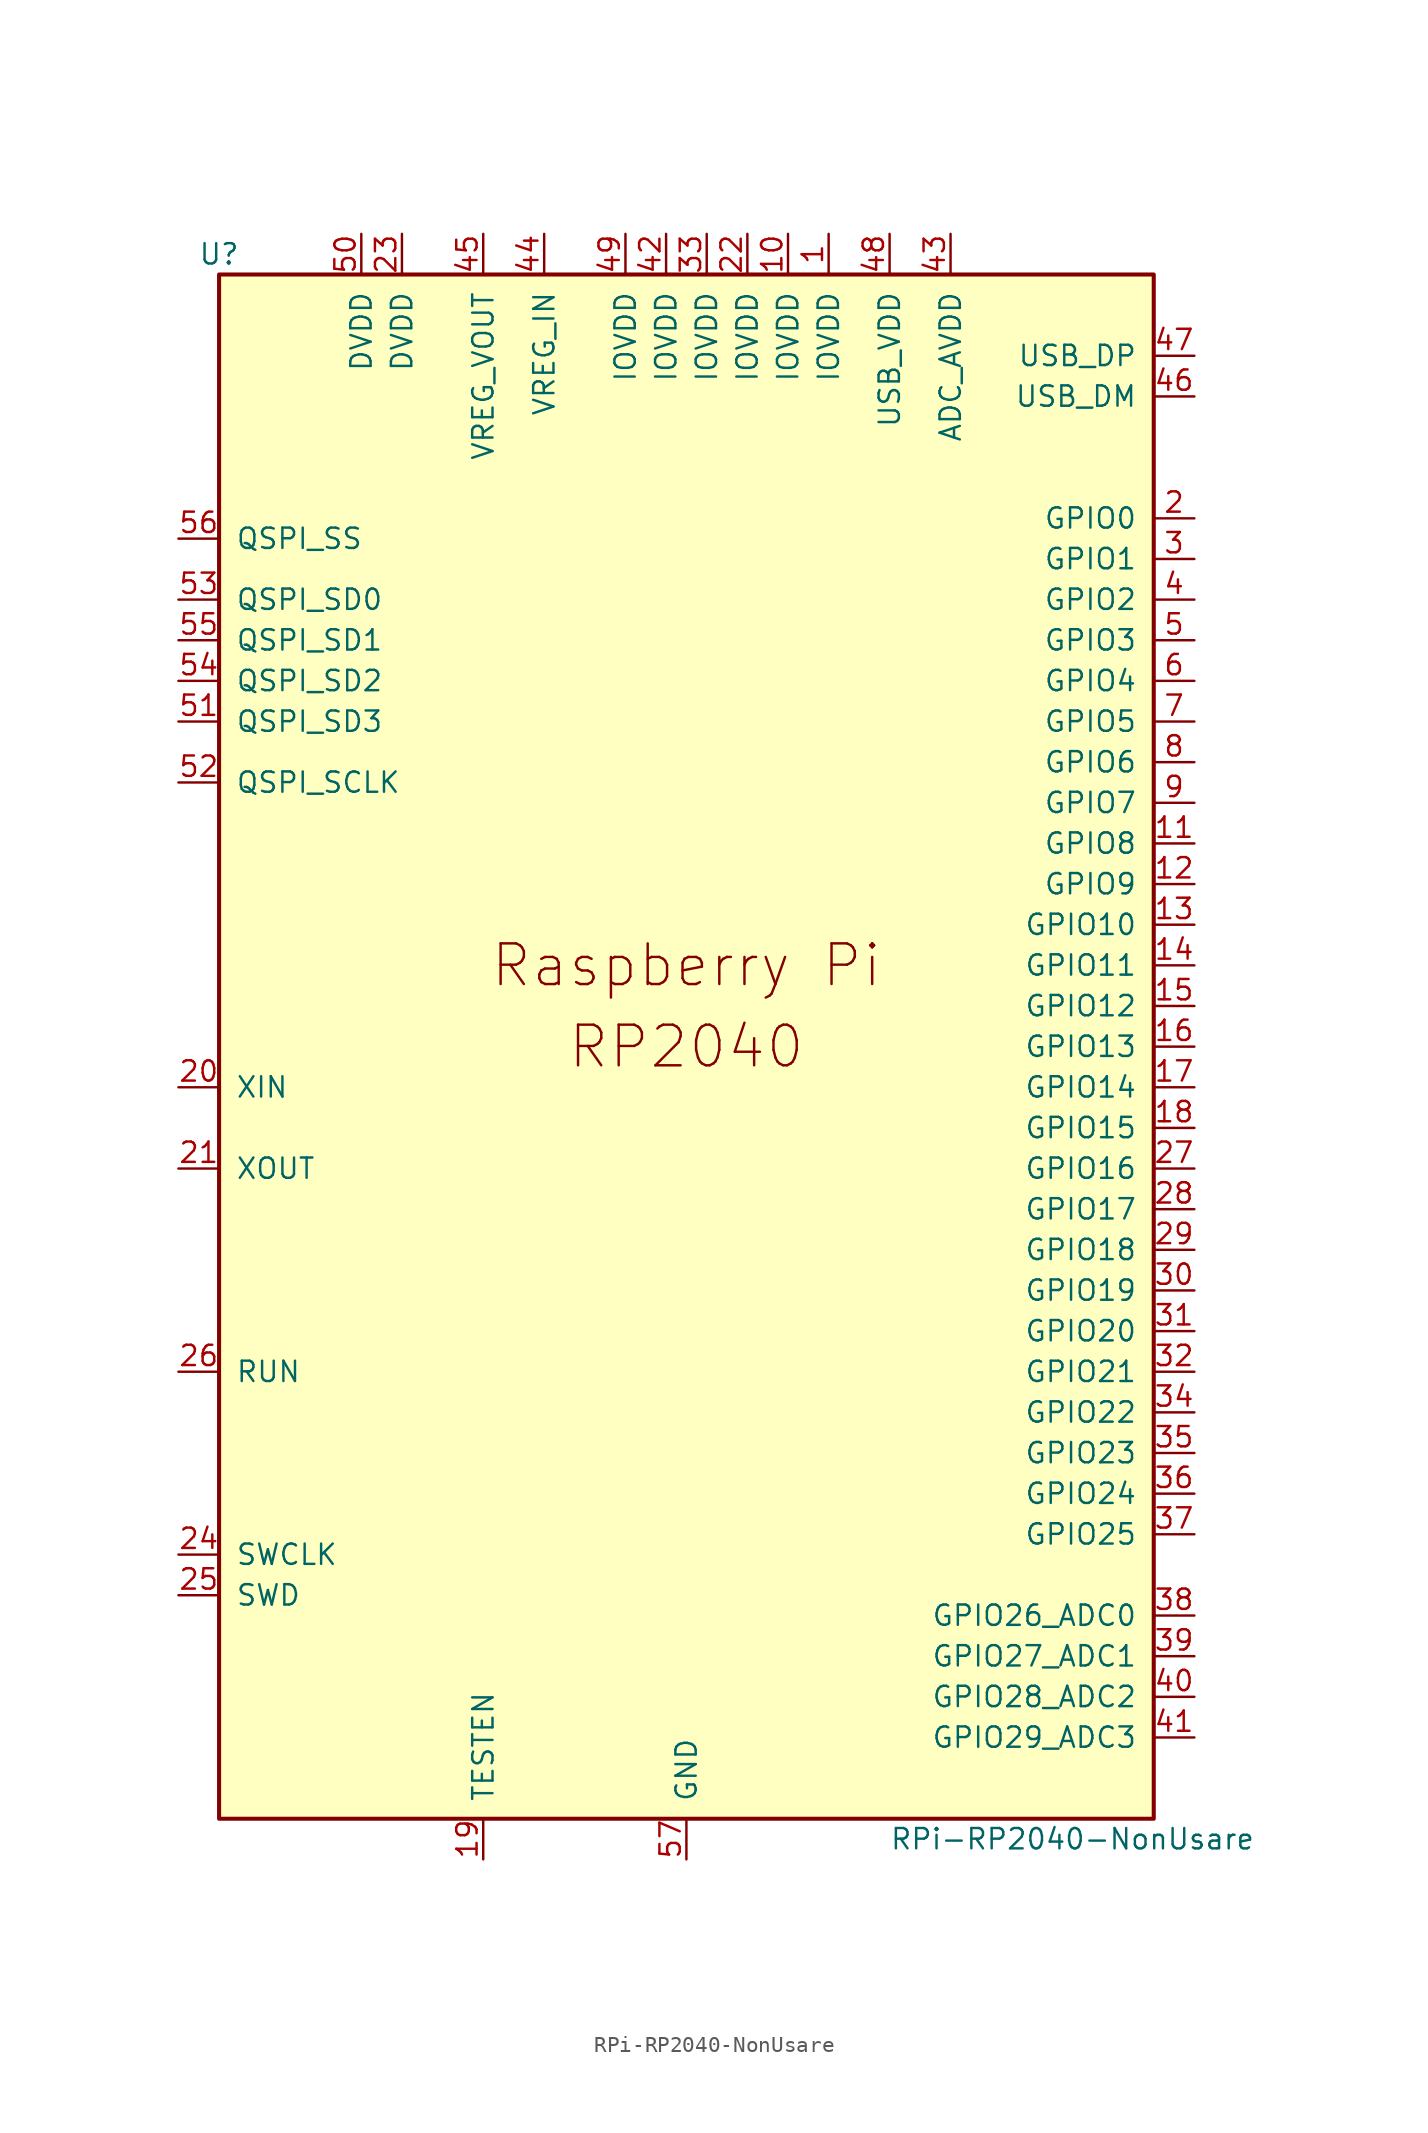
<source format=kicad_sym>
(kicad_symbol_lib
  (version 20231120)
  (generator "kicad_symbol_editor")
  (generator_version "8.0")
  (symbol "RPi-RP2040-NonUsare"
    (pin_names
      (offset 1.016))
    (property "Reference" "U"
      (at -29.21 49.53 0)
      (effects (font (size 1.27 1.27))))
    (property "Value" "RPi-RP2040-NonUsare"
      (at 24.13 -49.53 0)
      (effects (font (size 1.27 1.27))))
    (symbol "RPi-RP2040-NonUsare_0_0"
      (text "Raspberry Pi" (at 0 5.08 0) (effects (font (size 2.54 2.54))))
      (text "RP2040" (at 0 0 0) (effects (font (size 2.54 2.54)))))
    (symbol "RPi-RP2040-NonUsare_0_1"
      (rectangle (start 29.21 48.26) (end -29.21 -48.26) (stroke (width 0.254) (type default)) (fill (type background))))
    (symbol "RPi-RP2040-NonUsare_1_1"
      (pin power_in line (at 8.89 50.8 270) (length 2.54) (name "IOVDD" (effects (font (size 1.27 1.27)))) (number "1" (effects (font (size 1.27 1.27)))))
      (pin power_in line (at 6.35 50.8 270) (length 2.54) (name "IOVDD" (effects (font (size 1.27 1.27)))) (number "10" (effects (font (size 1.27 1.27)))))
      (pin bidirectional line (at 31.75 12.7 180) (length 2.54) (name "GPIO8" (effects (font (size 1.27 1.27)))) (number "11" (effects (font (size 1.27 1.27)))))
      (pin bidirectional line (at 31.75 10.16 180) (length 2.54) (name "GPIO9" (effects (font (size 1.27 1.27)))) (number "12" (effects (font (size 1.27 1.27)))))
      (pin bidirectional line (at 31.75 7.62 180) (length 2.54) (name "GPIO10" (effects (font (size 1.27 1.27)))) (number "13" (effects (font (size 1.27 1.27)))))
      (pin bidirectional line (at 31.75 5.08 180) (length 2.54) (name "GPIO11" (effects (font (size 1.27 1.27)))) (number "14" (effects (font (size 1.27 1.27)))))
      (pin bidirectional line (at 31.75 2.54 180) (length 2.54) (name "GPIO12" (effects (font (size 1.27 1.27)))) (number "15" (effects (font (size 1.27 1.27)))))
      (pin bidirectional line (at 31.75 0 180) (length 2.54) (name "GPIO13" (effects (font (size 1.27 1.27)))) (number "16" (effects (font (size 1.27 1.27)))))
      (pin bidirectional line (at 31.75 -2.54 180) (length 2.54) (name "GPIO14" (effects (font (size 1.27 1.27)))) (number "17" (effects (font (size 1.27 1.27)))))
      (pin bidirectional line (at 31.75 -5.08 180) (length 2.54) (name "GPIO15" (effects (font (size 1.27 1.27)))) (number "18" (effects (font (size 1.27 1.27)))))
      (pin passive line (at -12.7 -50.8 90) (length 2.54) (name "TESTEN" (effects (font (size 1.27 1.27)))) (number "19" (effects (font (size 1.27 1.27)))))
      (pin bidirectional line (at 31.75 33.02 180) (length 2.54) (name "GPIO0" (effects (font (size 1.27 1.27)))) (number "2" (effects (font (size 1.27 1.27)))))
      (pin input line (at -31.75 -2.54 0) (length 2.54) (name "XIN" (effects (font (size 1.27 1.27)))) (number "20" (effects (font (size 1.27 1.27)))))
      (pin passive line (at -31.75 -7.62 0) (length 2.54) (name "XOUT" (effects (font (size 1.27 1.27)))) (number "21" (effects (font (size 1.27 1.27)))))
      (pin power_in line (at 3.81 50.8 270) (length 2.54) (name "IOVDD" (effects (font (size 1.27 1.27)))) (number "22" (effects (font (size 1.27 1.27)))))
      (pin power_in line (at -17.78 50.8 270) (length 2.54) (name "DVDD" (effects (font (size 1.27 1.27)))) (number "23" (effects (font (size 1.27 1.27)))))
      (pin output line (at -31.75 -31.75 0) (length 2.54) (name "SWCLK" (effects (font (size 1.27 1.27)))) (number "24" (effects (font (size 1.27 1.27)))))
      (pin bidirectional line (at -31.75 -34.29 0) (length 2.54) (name "SWD" (effects (font (size 1.27 1.27)))) (number "25" (effects (font (size 1.27 1.27)))))
      (pin input line (at -31.75 -20.32 0) (length 2.54) (name "RUN" (effects (font (size 1.27 1.27)))) (number "26" (effects (font (size 1.27 1.27)))))
      (pin bidirectional line (at 31.75 -7.62 180) (length 2.54) (name "GPIO16" (effects (font (size 1.27 1.27)))) (number "27" (effects (font (size 1.27 1.27)))))
      (pin bidirectional line (at 31.75 -10.16 180) (length 2.54) (name "GPIO17" (effects (font (size 1.27 1.27)))) (number "28" (effects (font (size 1.27 1.27)))))
      (pin bidirectional line (at 31.75 -12.7 180) (length 2.54) (name "GPIO18" (effects (font (size 1.27 1.27)))) (number "29" (effects (font (size 1.27 1.27)))))
      (pin bidirectional line (at 31.75 30.48 180) (length 2.54) (name "GPIO1" (effects (font (size 1.27 1.27)))) (number "3" (effects (font (size 1.27 1.27)))))
      (pin bidirectional line (at 31.75 -15.24 180) (length 2.54) (name "GPIO19" (effects (font (size 1.27 1.27)))) (number "30" (effects (font (size 1.27 1.27)))))
      (pin bidirectional line (at 31.75 -17.78 180) (length 2.54) (name "GPIO20" (effects (font (size 1.27 1.27)))) (number "31" (effects (font (size 1.27 1.27)))))
      (pin bidirectional line (at 31.75 -20.32 180) (length 2.54) (name "GPIO21" (effects (font (size 1.27 1.27)))) (number "32" (effects (font (size 1.27 1.27)))))
      (pin power_in line (at 1.27 50.8 270) (length 2.54) (name "IOVDD" (effects (font (size 1.27 1.27)))) (number "33" (effects (font (size 1.27 1.27)))))
      (pin bidirectional line (at 31.75 -22.86 180) (length 2.54) (name "GPIO22" (effects (font (size 1.27 1.27)))) (number "34" (effects (font (size 1.27 1.27)))))
      (pin bidirectional line (at 31.75 -25.4 180) (length 2.54) (name "GPIO23" (effects (font (size 1.27 1.27)))) (number "35" (effects (font (size 1.27 1.27)))))
      (pin bidirectional line (at 31.75 -27.94 180) (length 2.54) (name "GPIO24" (effects (font (size 1.27 1.27)))) (number "36" (effects (font (size 1.27 1.27)))))
      (pin bidirectional line (at 31.75 -30.48 180) (length 2.54) (name "GPIO25" (effects (font (size 1.27 1.27)))) (number "37" (effects (font (size 1.27 1.27)))))
      (pin bidirectional line (at 31.75 -35.56 180) (length 2.54) (name "GPIO26_ADC0" (effects (font (size 1.27 1.27)))) (number "38" (effects (font (size 1.27 1.27)))))
      (pin bidirectional line (at 31.75 -38.1 180) (length 2.54) (name "GPIO27_ADC1" (effects (font (size 1.27 1.27)))) (number "39" (effects (font (size 1.27 1.27)))))
      (pin bidirectional line (at 31.75 27.94 180) (length 2.54) (name "GPIO2" (effects (font (size 1.27 1.27)))) (number "4" (effects (font (size 1.27 1.27)))))
      (pin bidirectional line (at 31.75 -40.64 180) (length 2.54) (name "GPIO28_ADC2" (effects (font (size 1.27 1.27)))) (number "40" (effects (font (size 1.27 1.27)))))
      (pin bidirectional line (at 31.75 -43.18 180) (length 2.54) (name "GPIO29_ADC3" (effects (font (size 1.27 1.27)))) (number "41" (effects (font (size 1.27 1.27)))))
      (pin power_in line (at -1.27 50.8 270) (length 2.54) (name "IOVDD" (effects (font (size 1.27 1.27)))) (number "42" (effects (font (size 1.27 1.27)))))
      (pin power_in line (at 16.51 50.8 270) (length 2.54) (name "ADC_AVDD" (effects (font (size 1.27 1.27)))) (number "43" (effects (font (size 1.27 1.27)))))
      (pin power_in line (at -8.89 50.8 270) (length 2.54) (name "VREG_IN" (effects (font (size 1.27 1.27)))) (number "44" (effects (font (size 1.27 1.27)))))
      (pin power_out line (at -12.7 50.8 270) (length 2.54) (name "VREG_VOUT" (effects (font (size 1.27 1.27)))) (number "45" (effects (font (size 1.27 1.27)))))
      (pin bidirectional line (at 31.75 40.64 180) (length 2.54) (name "USB_DM" (effects (font (size 1.27 1.27)))) (number "46" (effects (font (size 1.27 1.27)))))
      (pin bidirectional line (at 31.75 43.18 180) (length 2.54) (name "USB_DP" (effects (font (size 1.27 1.27)))) (number "47" (effects (font (size 1.27 1.27)))))
      (pin power_in line (at 12.7 50.8 270) (length 2.54) (name "USB_VDD" (effects (font (size 1.27 1.27)))) (number "48" (effects (font (size 1.27 1.27)))))
      (pin power_in line (at -3.81 50.8 270) (length 2.54) (name "IOVDD" (effects (font (size 1.27 1.27)))) (number "49" (effects (font (size 1.27 1.27)))))
      (pin bidirectional line (at 31.75 25.4 180) (length 2.54) (name "GPIO3" (effects (font (size 1.27 1.27)))) (number "5" (effects (font (size 1.27 1.27)))))
      (pin power_in line (at -20.32 50.8 270) (length 2.54) (name "DVDD" (effects (font (size 1.27 1.27)))) (number "50" (effects (font (size 1.27 1.27)))))
      (pin bidirectional line (at -31.75 20.32 0) (length 2.54) (name "QSPI_SD3" (effects (font (size 1.27 1.27)))) (number "51" (effects (font (size 1.27 1.27)))))
      (pin output line (at -31.75 16.51 0) (length 2.54) (name "QSPI_SCLK" (effects (font (size 1.27 1.27)))) (number "52" (effects (font (size 1.27 1.27)))))
      (pin bidirectional line (at -31.75 27.94 0) (length 2.54) (name "QSPI_SD0" (effects (font (size 1.27 1.27)))) (number "53" (effects (font (size 1.27 1.27)))))
      (pin bidirectional line (at -31.75 22.86 0) (length 2.54) (name "QSPI_SD2" (effects (font (size 1.27 1.27)))) (number "54" (effects (font (size 1.27 1.27)))))
      (pin bidirectional line (at -31.75 25.4 0) (length 2.54) (name "QSPI_SD1" (effects (font (size 1.27 1.27)))) (number "55" (effects (font (size 1.27 1.27)))))
      (pin bidirectional line (at -31.75 31.75 0) (length 2.54) (name "QSPI_SS" (effects (font (size 1.27 1.27)))) (number "56" (effects (font (size 1.27 1.27)))))
      (pin power_in line (at 0 -50.8 90) (length 2.54) (name "GND" (effects (font (size 1.27 1.27)))) (number "57" (effects (font (size 1.27 1.27)))))
      (pin bidirectional line (at 31.75 22.86 180) (length 2.54) (name "GPIO4" (effects (font (size 1.27 1.27)))) (number "6" (effects (font (size 1.27 1.27)))))
      (pin bidirectional line (at 31.75 20.32 180) (length 2.54) (name "GPIO5" (effects (font (size 1.27 1.27)))) (number "7" (effects (font (size 1.27 1.27)))))
      (pin bidirectional line (at 31.75 17.78 180) (length 2.54) (name "GPIO6" (effects (font (size 1.27 1.27)))) (number "8" (effects (font (size 1.27 1.27)))))
      (pin bidirectional line (at 31.75 15.24 180) (length 2.54) (name "GPIO7" (effects (font (size 1.27 1.27)))) (number "9" (effects (font (size 1.27 1.27))))))))
</source>
